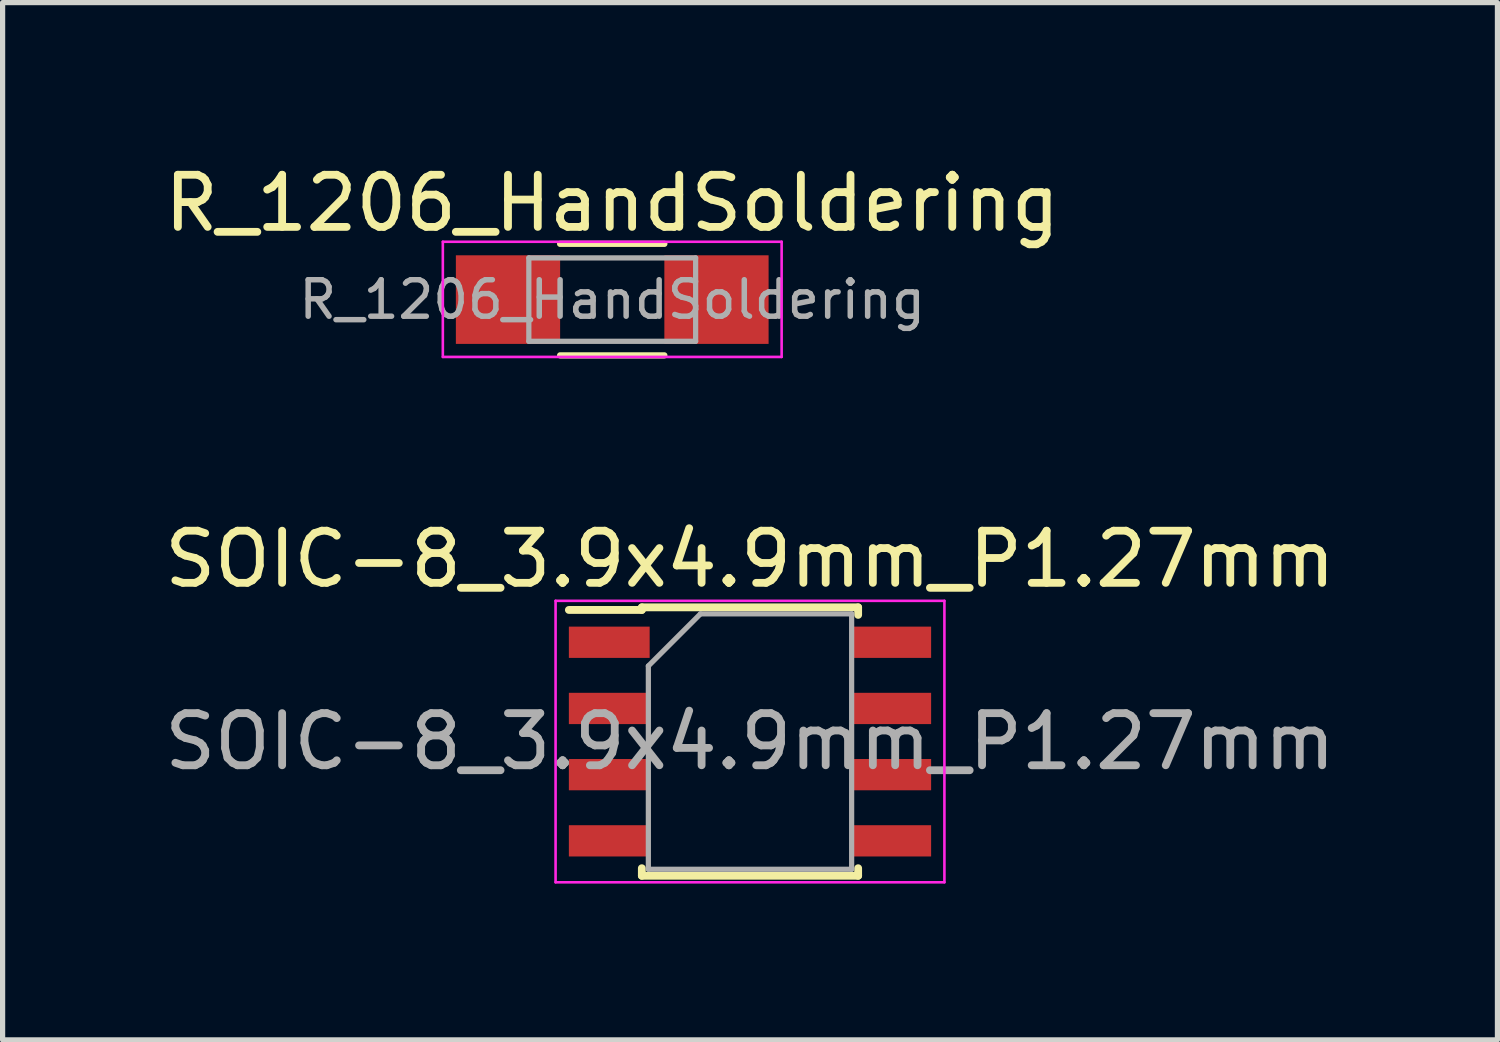
<source format=kicad_pcb>
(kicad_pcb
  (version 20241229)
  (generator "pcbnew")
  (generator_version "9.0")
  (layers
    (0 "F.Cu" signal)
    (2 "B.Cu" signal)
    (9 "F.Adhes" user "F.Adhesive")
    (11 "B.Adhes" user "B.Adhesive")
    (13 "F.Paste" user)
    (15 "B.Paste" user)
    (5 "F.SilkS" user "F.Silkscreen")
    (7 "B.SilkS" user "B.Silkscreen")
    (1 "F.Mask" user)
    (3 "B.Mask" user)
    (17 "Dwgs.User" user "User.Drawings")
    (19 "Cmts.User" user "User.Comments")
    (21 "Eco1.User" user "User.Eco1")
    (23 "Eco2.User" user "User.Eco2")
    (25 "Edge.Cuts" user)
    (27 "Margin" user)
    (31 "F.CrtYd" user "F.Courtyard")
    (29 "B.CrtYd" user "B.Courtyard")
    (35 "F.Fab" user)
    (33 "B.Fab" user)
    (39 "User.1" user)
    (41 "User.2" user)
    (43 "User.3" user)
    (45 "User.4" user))
  (footprint "SOIC-8_3.9x4.9mm_P1.27mm"
    (layer "F.Cu")
    (at 11.339 11.177)
    (property "Reference" "SOIC-8_3.9x4.9mm_P1.27mm" (at 0 -3.5 0) (layer "F.SilkS") (effects (font (size 1 1) (thickness 0.15))))
    (attr smd)
    (fp_line (start -2.075 -2.575) (end -2.075 -2.525) (stroke (width 0.15) (type solid)) (layer "F.SilkS"))
    (fp_line (start -2.075 -2.575) (end 2.075 -2.575) (stroke (width 0.15) (type solid)) (layer "F.SilkS"))
    (fp_line (start -2.075 -2.525) (end -3.475 -2.525) (stroke (width 0.15) (type solid)) (layer "F.SilkS"))
    (fp_line (start -2.075 2.575) (end -2.075 2.43) (stroke (width 0.15) (type solid)) (layer "F.SilkS"))
    (fp_line (start -2.075 2.575) (end 2.075 2.575) (stroke (width 0.15) (type solid)) (layer "F.SilkS"))
    (fp_line (start 2.075 -2.575) (end 2.075 -2.43) (stroke (width 0.15) (type solid)) (layer "F.SilkS"))
    (fp_line (start 2.075 2.575) (end 2.075 2.43) (stroke (width 0.15) (type solid)) (layer "F.SilkS"))
    (fp_line (start -3.73 -2.7) (end -3.73 2.7) (stroke (width 0.05) (type solid)) (layer "F.CrtYd"))
    (fp_line (start -3.73 -2.7) (end 3.73 -2.7) (stroke (width 0.05) (type solid)) (layer "F.CrtYd"))
    (fp_line (start -3.73 2.7) (end 3.73 2.7) (stroke (width 0.05) (type solid)) (layer "F.CrtYd"))
    (fp_line (start 3.73 -2.7) (end 3.73 2.7) (stroke (width 0.05) (type solid)) (layer "F.CrtYd"))
    (fp_line (start -1.95 -1.45) (end -0.95 -2.45) (stroke (width 0.1) (type solid)) (layer "F.Fab"))
    (fp_line (start -1.95 2.45) (end -1.95 -1.45) (stroke (width 0.1) (type solid)) (layer "F.Fab"))
    (fp_line (start -0.95 -2.45) (end 1.95 -2.45) (stroke (width 0.1) (type solid)) (layer "F.Fab"))
    (fp_line (start 1.95 -2.45) (end 1.95 2.45) (stroke (width 0.1) (type solid)) (layer "F.Fab"))
    (fp_line (start 1.95 2.45) (end -1.95 2.45) (stroke (width 0.1) (type solid)) (layer "F.Fab"))
    (fp_text user "${REFERENCE}" (at 0 0 0) (layer "F.Fab") (effects (font (size 1 1) (thickness 0.15))))
    (pad "1" smd rect (at -2.7 -1.905) (size 1.55 0.6) (layers "F.Cu" "F.Mask" "F.Paste"))
    (pad "2" smd rect (at -2.7 -0.635) (size 1.55 0.6) (layers "F.Cu" "F.Mask" "F.Paste"))
    (pad "3" smd rect (at -2.7 0.635) (size 1.55 0.6) (layers "F.Cu" "F.Mask" "F.Paste"))
    (pad "4" smd rect (at -2.7 1.905) (size 1.55 0.6) (layers "F.Cu" "F.Mask" "F.Paste"))
    (pad "5" smd rect (at 2.7 1.905) (size 1.55 0.6) (layers "F.Cu" "F.Mask" "F.Paste"))
    (pad "6" smd rect (at 2.7 0.635) (size 1.55 0.6) (layers "F.Cu" "F.Mask" "F.Paste"))
    (pad "7" smd rect (at 2.7 -0.635) (size 1.55 0.6) (layers "F.Cu" "F.Mask" "F.Paste"))
    (pad "8" smd rect (at 2.7 -1.905) (size 1.55 0.6) (layers "F.Cu" "F.Mask" "F.Paste")))
  (footprint "R_1206_HandSoldering"
    (layer "F.Cu")
    (at 8.696 2.698)
    (property "Reference" "R_1206_HandSoldering" (at 0 -1.85 0) (layer "F.SilkS") (effects (font (size 1 1) (thickness 0.15))))
    (attr smd)
    (fp_line (start -1 -1.07) (end 1 -1.07) (stroke (width 0.12) (type solid)) (layer "F.SilkS"))
    (fp_line (start 1 1.07) (end -1 1.07) (stroke (width 0.12) (type solid)) (layer "F.SilkS"))
    (fp_line (start -3.25 -1.11) (end -3.25 1.1) (stroke (width 0.05) (type solid)) (layer "F.CrtYd"))
    (fp_line (start -3.25 -1.11) (end 3.25 -1.11) (stroke (width 0.05) (type solid)) (layer "F.CrtYd"))
    (fp_line (start 3.25 1.1) (end -3.25 1.1) (stroke (width 0.05) (type solid)) (layer "F.CrtYd"))
    (fp_line (start 3.25 1.1) (end 3.25 -1.11) (stroke (width 0.05) (type solid)) (layer "F.CrtYd"))
    (fp_line (start -1.6 -0.8) (end 1.6 -0.8) (stroke (width 0.1) (type solid)) (layer "F.Fab"))
    (fp_line (start -1.6 0.8) (end -1.6 -0.8) (stroke (width 0.1) (type solid)) (layer "F.Fab"))
    (fp_line (start 1.6 -0.8) (end 1.6 0.8) (stroke (width 0.1) (type solid)) (layer "F.Fab"))
    (fp_line (start 1.6 0.8) (end -1.6 0.8) (stroke (width 0.1) (type solid)) (layer "F.Fab"))
    (fp_text user "${REFERENCE}" (at 0 0 0) (layer "F.Fab") (effects (font (size 0.7 0.7) (thickness 0.105))))
    (pad "1" smd rect (at -2 0) (size 2 1.7) (layers "F.Cu" "F.Mask" "F.Paste"))
    (pad "2" smd rect (at 2 0) (size 2 1.7) (layers "F.Cu" "F.Mask" "F.Paste")))
  (gr_rect
    (start -3 -3)
    (end 25.679 16.901)
    (stroke (width 0.1) (type default))
    (fill no)
    (layer "Edge.Cuts")))
</source>
